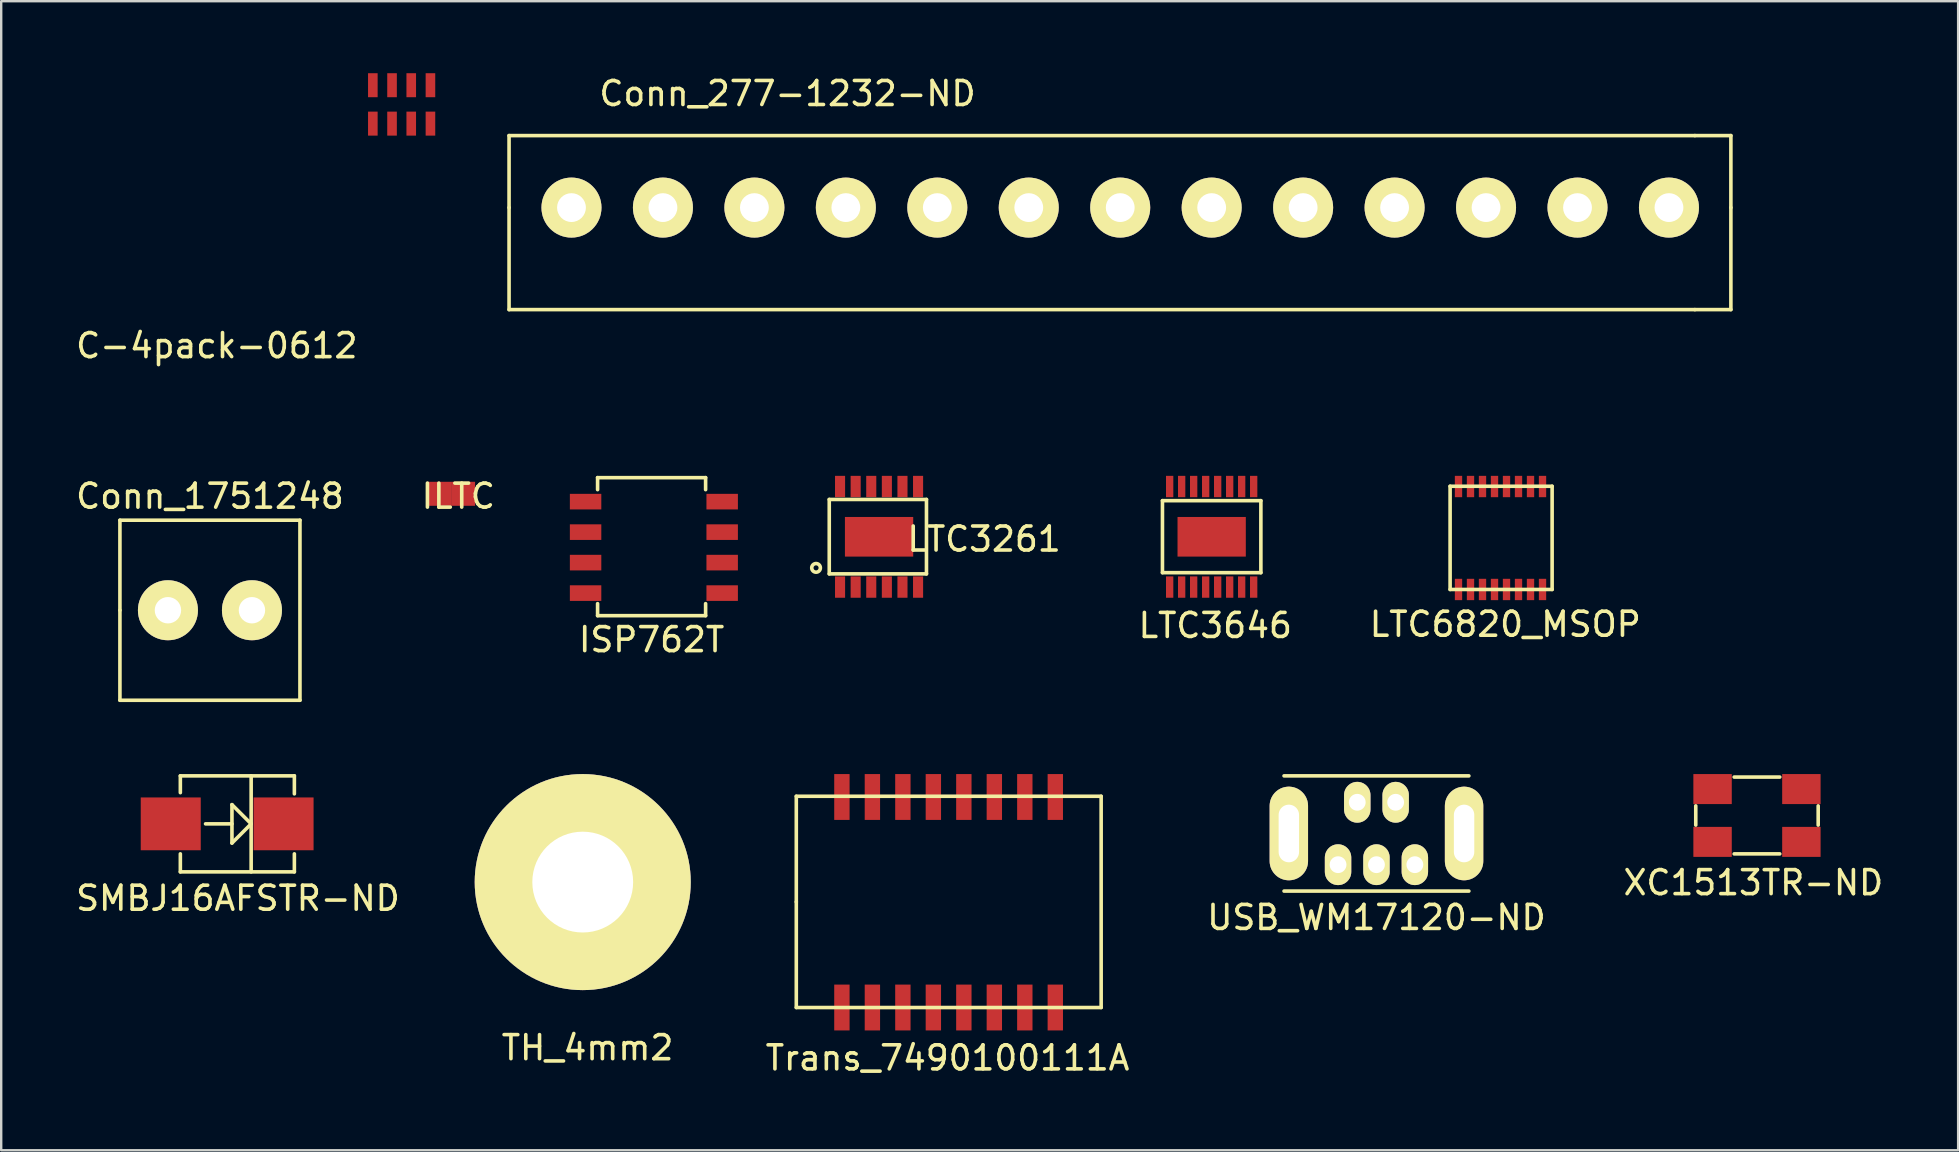
<source format=kicad_pcb>
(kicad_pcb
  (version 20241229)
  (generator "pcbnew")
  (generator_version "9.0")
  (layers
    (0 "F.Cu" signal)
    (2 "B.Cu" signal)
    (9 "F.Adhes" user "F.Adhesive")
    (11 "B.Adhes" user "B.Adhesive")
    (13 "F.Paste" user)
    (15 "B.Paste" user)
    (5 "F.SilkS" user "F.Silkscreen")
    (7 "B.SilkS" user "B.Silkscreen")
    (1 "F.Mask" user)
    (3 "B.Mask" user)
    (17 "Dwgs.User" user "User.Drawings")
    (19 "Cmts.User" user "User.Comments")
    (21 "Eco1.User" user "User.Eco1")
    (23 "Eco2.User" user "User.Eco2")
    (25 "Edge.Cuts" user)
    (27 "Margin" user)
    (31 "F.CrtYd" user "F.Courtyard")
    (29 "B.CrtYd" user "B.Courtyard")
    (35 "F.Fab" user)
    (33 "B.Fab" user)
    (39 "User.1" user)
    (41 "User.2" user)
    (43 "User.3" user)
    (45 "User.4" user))
  (footprint "Conn_1751248"
    (layer "F.Cu")
    (at 3.946 22.372)
    (property "Reference" "Conn_1751248" (at 1.75 -4.75 0) (layer "F.SilkS") (effects (font (size 1 1) (thickness 0.15))))
    (attr through_hole)
    (fp_line (start -2 0) (end -2 -3.75) (stroke (width 0.15) (type solid)) (layer "F.SilkS"))
    (fp_line (start -2 3.75) (end -2 0) (stroke (width 0.15) (type solid)) (layer "F.SilkS"))
    (fp_line (start -2 3.75) (end 5.5 3.75) (stroke (width 0.15) (type solid)) (layer "F.SilkS"))
    (fp_line (start 5.5 -3.75) (end -2 -3.75) (stroke (width 0.15) (type solid)) (layer "F.SilkS"))
    (fp_line (start 5.5 -3.75) (end 5.5 3.75) (stroke (width 0.15) (type solid)) (layer "F.SilkS"))
    (pad "1" thru_hole circle (at 0 0) (size 2.5 2.5) (drill 1.1) (layers "*.Cu" "*.Mask" "F.SilkS"))
    (pad "2" thru_hole circle (at 3.5 0) (size 2.5 2.5) (drill 1.1) (layers "*.Cu" "*.Mask" "F.SilkS")))
  (footprint "XC1513TR-ND"
    (layer "F.Cu")
    (at 68.294 32.022)
    (property "Reference" "XC1513TR-ND" (at 1.7 1.7 0) (layer "F.SilkS") (effects (font (size 1 1) (thickness 0.15))))
    (attr through_hole)
    (fp_line (start -0.7 -1.5) (end -0.7 -0.7) (stroke (width 0.15) (type solid)) (layer "F.SilkS"))
    (fp_line (start 0.9 -2.7) (end 2.8 -2.7) (stroke (width 0.15) (type solid)) (layer "F.SilkS"))
    (fp_line (start 0.9 0.5) (end 2.8 0.5) (stroke (width 0.15) (type solid)) (layer "F.SilkS"))
    (fp_line (start 4.4 -1.5) (end 4.4 -0.7) (stroke (width 0.15) (type solid)) (layer "F.SilkS"))
    (pad "1" smd rect (at 0 0) (size 1.6 1.25) (layers "F.Cu" "F.Mask" "F.Paste"))
    (pad "2" smd rect (at 3.7 0) (size 1.6 1.25) (layers "F.Cu" "F.Mask" "F.Paste"))
    (pad "3" smd rect (at 3.7 -2.2) (size 1.6 1.25) (layers "F.Cu" "F.Mask" "F.Paste"))
    (pad "4" smd rect (at 0 -2.2) (size 1.6 1.25) (layers "F.Cu" "F.Mask" "F.Paste")))
  (footprint "USB_WM17120-ND"
    (layer "F.Cu")
    (at 54.292 31.672)
    (property "Reference" "USB_WM17120-ND" (at 0 3.5 0) (layer "F.SilkS") (effects (font (size 1 1) (thickness 0.15))))
    (attr through_hole)
    (fp_line (start -3.85 2.4) (end 3.85 2.4) (stroke (width 0.15) (type solid)) (layer "F.SilkS"))
    (fp_line (start 3.85 -2.4) (end -3.85 -2.4) (stroke (width 0.15) (type solid)) (layer "F.SilkS"))
    (pad "1" thru_hole oval (at -1.6 1.3) (size 1.1 1.7) (drill 0.7) (layers "*.Cu" "*.Mask" "F.SilkS"))
    (pad "2" thru_hole oval (at -0.8 -1.3) (size 1.1 1.7) (drill 0.7) (layers "*.Cu" "*.Mask" "F.SilkS"))
    (pad "3" thru_hole oval (at 0 1.3) (size 1.1 1.7) (drill 0.7) (layers "*.Cu" "*.Mask" "F.SilkS"))
    (pad "4" thru_hole oval (at 0.8 -1.3) (size 1.1 1.7) (drill 0.7) (layers "*.Cu" "*.Mask" "F.SilkS"))
    (pad "5" thru_hole oval (at 1.6 1.3) (size 1.1 1.7) (drill 0.7) (layers "*.Cu" "*.Mask" "F.SilkS"))
    (pad "6" thru_hole oval (at -3.65 0) (size 1.6 3.9) (drill oval 0.85 2.4) (layers "*.Cu" "*.Mask" "F.SilkS"))
    (pad "6" thru_hole oval (at 3.65 0) (size 1.6 3.9) (drill oval 0.85 2.4) (layers "*.Cu" "*.Mask" "F.SilkS")))
  (footprint "Conn_277-1232-ND"
    (layer "F.Cu")
    (at 20.757 5.598)
    (property "Reference" "Conn_277-1232-ND" (at 9 -4.75 0) (layer "F.SilkS") (effects (font (size 1 1) (thickness 0.15))))
    (attr through_hole)
    (fp_line (start -2.6 -3) (end -2.6 0) (stroke (width 0.15) (type solid)) (layer "F.SilkS"))
    (fp_line (start -2.6 -3) (end 46.8 -3) (stroke (width 0.15) (type solid)) (layer "F.SilkS"))
    (fp_line (start -2.6 0) (end -2.6 4.25) (stroke (width 0.15) (type solid)) (layer "F.SilkS"))
    (fp_line (start -2.6 4.25) (end 46.8 4.25) (stroke (width 0.15) (type solid)) (layer "F.SilkS"))
    (fp_line (start 46.8 -3) (end 48.3 -3) (stroke (width 0.15) (type solid)) (layer "F.SilkS"))
    (fp_line (start 46.8 4.25) (end 48.3 4.25) (stroke (width 0.15) (type solid)) (layer "F.SilkS"))
    (fp_line (start 48.3 0) (end 48.3 -3) (stroke (width 0.15) (type solid)) (layer "F.SilkS"))
    (fp_line (start 48.3 4.25) (end 48.3 0) (stroke (width 0.15) (type solid)) (layer "F.SilkS"))
    (fp_line (start -2.6 8.1) (end -2.6 4.25) (stroke (width 0.15) (type solid)) (layer "Eco1.User"))
    (fp_line (start -2.6 8.1) (end 48.3 8.1) (stroke (width 0.15) (type solid)) (layer "Eco1.User"))
    (fp_line (start 48.3 4.25) (end 48.3 8.1) (stroke (width 0.15) (type solid)) (layer "Eco1.User"))
    (fp_text user "Mating Connector above. Components less than 9.2 mm OK." (at 24.85 6.8 0) (layer "Eco1.User") (effects (font (size 1 1) (thickness 0.15))))
    (pad "1" thru_hole circle (at 0 0) (size 2.5 2.5) (drill 1.2) (layers "*.Cu" "*.Mask" "F.SilkS"))
    (pad "2" thru_hole circle (at 3.81 0) (size 2.5 2.5) (drill 1.2) (layers "*.Cu" "*.Mask" "F.SilkS"))
    (pad "3" thru_hole circle (at 7.62 0) (size 2.5 2.5) (drill 1.2) (layers "*.Cu" "*.Mask" "F.SilkS"))
    (pad "4" thru_hole circle (at 11.43 0) (size 2.5 2.5) (drill 1.2) (layers "*.Cu" "*.Mask" "F.SilkS"))
    (pad "5" thru_hole circle (at 15.24 0) (size 2.5 2.5) (drill 1.2) (layers "*.Cu" "*.Mask" "F.SilkS"))
    (pad "6" thru_hole circle (at 19.05 0) (size 2.5 2.5) (drill 1.2) (layers "*.Cu" "*.Mask" "F.SilkS"))
    (pad "7" thru_hole circle (at 22.86 0) (size 2.5 2.5) (drill 1.2) (layers "*.Cu" "*.Mask" "F.SilkS"))
    (pad "8" thru_hole circle (at 26.67 0) (size 2.5 2.5) (drill 1.2) (layers "*.Cu" "*.Mask" "F.SilkS"))
    (pad "9" thru_hole circle (at 30.48 0) (size 2.5 2.5) (drill 1.2) (layers "*.Cu" "*.Mask" "F.SilkS"))
    (pad "10" thru_hole circle (at 34.29 0) (size 2.5 2.5) (drill 1.2) (layers "*.Cu" "*.Mask" "F.SilkS"))
    (pad "11" thru_hole circle (at 38.1 0) (size 2.5 2.5) (drill 1.2) (layers "*.Cu" "*.Mask" "F.SilkS"))
    (pad "12" thru_hole circle (at 41.91 0) (size 2.5 2.5) (drill 1.2) (layers "*.Cu" "*.Mask" "F.SilkS"))
    (pad "13" thru_hole circle (at 45.72 0) (size 2.5 2.5) (drill 1.2) (layers "*.Cu" "*.Mask" "F.SilkS")))
  (footprint "C-4pack-0612"
    (layer "F.Cu")
    (at 12.482 2.1)
    (property "Reference" "C-4pack-0612" (at -6.5 9.25 0) (layer "F.SilkS") (effects (font (size 1 1) (thickness 0.15))))
    (attr through_hole)
    (pad "1" smd rect (at 0 0) (size 0.4 1) (layers "F.Cu" "F.Mask" "F.Paste"))
    (pad "2" smd rect (at 0.8 0) (size 0.4 1) (layers "F.Cu" "F.Mask" "F.Paste"))
    (pad "3" smd rect (at 1.6 0) (size 0.4 1) (layers "F.Cu" "F.Mask" "F.Paste"))
    (pad "4" smd rect (at 2.4 0) (size 0.4 1) (layers "F.Cu" "F.Mask" "F.Paste"))
    (pad "5" smd rect (at 2.4 -1.6) (size 0.4 1) (layers "F.Cu" "F.Mask" "F.Paste"))
    (pad "6" smd rect (at 1.6 -1.6) (size 0.4 1) (layers "F.Cu" "F.Mask" "F.Paste"))
    (pad "7" smd rect (at 0.8 -1.6) (size 0.4 1) (layers "F.Cu" "F.Mask" "F.Paste"))
    (pad "8" smd rect (at 0 -1.6) (size 0.4 1) (layers "F.Cu" "F.Mask" "F.Paste")))
  (footprint "ISP762T"
    (layer "F.Cu")
    (at 21.345 17.848)
    (property "Reference" "ISP762T" (at 2.75 5.75 0) (layer "F.SilkS") (effects (font (size 1 1) (thickness 0.15))))
    (attr through_hole)
    (fp_line (start 0.5 -1) (end 0.5 -0.5) (stroke (width 0.15) (type solid)) (layer "F.SilkS"))
    (fp_line (start 0.5 -1) (end 5 -1) (stroke (width 0.15) (type solid)) (layer "F.SilkS"))
    (fp_line (start 0.5 4.25) (end 0.5 4.75) (stroke (width 0.15) (type solid)) (layer "F.SilkS"))
    (fp_line (start 0.5 4.75) (end 5 4.75) (stroke (width 0.15) (type solid)) (layer "F.SilkS"))
    (fp_line (start 5 -1) (end 5 -0.5) (stroke (width 0.15) (type solid)) (layer "F.SilkS"))
    (fp_line (start 5 4.75) (end 5 4.25) (stroke (width 0.15) (type solid)) (layer "F.SilkS"))
    (pad "1" smd rect (at 0 0) (size 1.31 0.65) (layers "F.Cu" "F.Mask" "F.Paste"))
    (pad "2" smd rect (at 0 1.27) (size 1.31 0.65) (layers "F.Cu" "F.Mask" "F.Paste"))
    (pad "3" smd rect (at 0 2.54) (size 1.31 0.65) (layers "F.Cu" "F.Mask" "F.Paste"))
    (pad "4" smd rect (at 0 3.81) (size 1.31 0.65) (layers "F.Cu" "F.Mask" "F.Paste"))
    (pad "5" smd rect (at 5.69 3.81) (size 1.31 0.65) (layers "F.Cu" "F.Mask" "F.Paste"))
    (pad "6" smd rect (at 5.69 2.54) (size 1.31 0.65) (layers "F.Cu" "F.Mask" "F.Paste"))
    (pad "7" smd rect (at 5.69 1.27) (size 1.31 0.65) (layers "F.Cu" "F.Mask" "F.Paste"))
    (pad "8" smd rect (at 5.69 0) (size 1.31 0.65) (layers "F.Cu" "F.Mask" "F.Paste")))
  (footprint "LTC3261"
    (layer "F.Cu")
    (at 31.946 21.407)
    (property "Reference" "LTC3261" (at 6 -2 0) (layer "F.SilkS") (effects (font (size 1 1) (thickness 0.15))))
    (attr through_hole)
    (fp_line (start -0.45 -3.65) (end 3.6 -3.65) (stroke (width 0.15) (type solid)) (layer "F.SilkS"))
    (fp_line (start -0.45 -0.55) (end -0.45 -3.65) (stroke (width 0.15) (type solid)) (layer "F.SilkS"))
    (fp_line (start 3.6 -3.65) (end 3.6 -0.55) (stroke (width 0.15) (type solid)) (layer "F.SilkS"))
    (fp_line (start 3.6 -0.55) (end -0.45 -0.55) (stroke (width 0.15) (type solid)) (layer "F.SilkS"))
    (fp_circle (center -1 -0.8) (end -0.85 -0.7) (stroke (width 0.15) (type solid)) (fill no) (layer "F.SilkS"))
    (pad "1" smd rect (at 0 0) (size 0.42 0.889) (layers "F.Cu" "F.Mask" "F.Paste"))
    (pad "2" smd rect (at 0.65 0) (size 0.42 0.889) (layers "F.Cu" "F.Mask" "F.Paste"))
    (pad "3" smd rect (at 1.3 0) (size 0.42 0.889) (layers "F.Cu" "F.Mask" "F.Paste"))
    (pad "4" smd rect (at 1.95 0) (size 0.42 0.889) (layers "F.Cu" "F.Mask" "F.Paste"))
    (pad "5" smd rect (at 2.6 0) (size 0.42 0.889) (layers "F.Cu" "F.Mask" "F.Paste"))
    (pad "6" smd rect (at 3.25 0) (size 0.42 0.889) (layers "F.Cu" "F.Mask" "F.Paste"))
    (pad "7" smd rect (at 3.25 -4.189) (size 0.42 0.889) (layers "F.Cu" "F.Mask" "F.Paste"))
    (pad "8" smd rect (at 2.6 -4.189) (size 0.42 0.889) (layers "F.Cu" "F.Mask" "F.Paste"))
    (pad "9" smd rect (at 1.95 -4.189) (size 0.42 0.889) (layers "F.Cu" "F.Mask" "F.Paste"))
    (pad "10" smd rect (at 1.3 -4.189) (size 0.42 0.889) (layers "F.Cu" "F.Mask" "F.Paste"))
    (pad "11" smd rect (at 0.65 -4.189) (size 0.42 0.889) (layers "F.Cu" "F.Mask" "F.Paste"))
    (pad "12" smd rect (at 0 -4.189) (size 0.42 0.889) (layers "F.Cu" "F.Mask" "F.Paste"))
    (pad "13" smd rect (at 1.625 -2.095) (size 2.845 1.651) (layers "F.Cu" "F.Mask" "F.Paste")))
  (footprint "Trans_7490100111A"
    (layer "F.Cu")
    (at 32.023 38.922)
    (property "Reference" "Trans_7490100111A" (at 4.4 2.1 0) (layer "F.SilkS") (effects (font (size 1 1) (thickness 0.15))))
    (attr through_hole)
    (fp_line (start -1.9 -8.8) (end 10.8 -8.8) (stroke (width 0.15) (type solid)) (layer "F.SilkS"))
    (fp_line (start -1.9 -4.4) (end -1.9 -8.8) (stroke (width 0.15) (type solid)) (layer "F.SilkS"))
    (fp_line (start -1.9 0) (end -1.9 -4.4) (stroke (width 0.15) (type solid)) (layer "F.SilkS"))
    (fp_line (start 10.8 -8.8) (end 10.8 0) (stroke (width 0.15) (type solid)) (layer "F.SilkS"))
    (fp_line (start 10.8 0) (end -1.9 0) (stroke (width 0.15) (type solid)) (layer "F.SilkS"))
    (pad "1" smd rect (at 0 0) (size 0.64 1.91) (layers "F.Cu" "F.Mask" "F.Paste"))
    (pad "2" smd rect (at 1.27 0) (size 0.64 1.91) (layers "F.Cu" "F.Mask" "F.Paste"))
    (pad "3" smd rect (at 2.54 0) (size 0.64 1.91) (layers "F.Cu" "F.Mask" "F.Paste"))
    (pad "4" smd rect (at 3.81 0) (size 0.64 1.91) (layers "F.Cu" "F.Mask" "F.Paste"))
    (pad "5" smd rect (at 5.08 0) (size 0.64 1.91) (layers "F.Cu" "F.Mask" "F.Paste"))
    (pad "6" smd rect (at 6.35 0) (size 0.64 1.91) (layers "F.Cu" "F.Mask" "F.Paste"))
    (pad "7" smd rect (at 7.62 0) (size 0.64 1.91) (layers "F.Cu" "F.Mask" "F.Paste"))
    (pad "8" smd rect (at 8.89 0) (size 0.64 1.91) (layers "F.Cu" "F.Mask" "F.Paste"))
    (pad "9" smd rect (at 8.89 -8.77) (size 0.64 1.91) (layers "F.Cu" "F.Mask" "F.Paste"))
    (pad "10" smd rect (at 7.62 -8.77) (size 0.64 1.91) (layers "F.Cu" "F.Mask" "F.Paste"))
    (pad "11" smd rect (at 6.35 -8.77) (size 0.64 1.91) (layers "F.Cu" "F.Mask" "F.Paste"))
    (pad "12" smd rect (at 5.08 -8.77) (size 0.64 1.91) (layers "F.Cu" "F.Mask" "F.Paste"))
    (pad "13" smd rect (at 3.81 -8.77) (size 0.64 1.91) (layers "F.Cu" "F.Mask" "F.Paste"))
    (pad "14" smd rect (at 2.54 -8.77) (size 0.64 1.91) (layers "F.Cu" "F.Mask" "F.Paste"))
    (pad "15" smd rect (at 1.27 -8.77) (size 0.64 1.91) (layers "F.Cu" "F.Mask" "F.Paste"))
    (pad "16" smd rect (at 0 -8.77) (size 0.64 1.91) (layers "F.Cu" "F.Mask" "F.Paste")))
  (footprint "TH_4mm2"
    (layer "F.Cu")
    (at 21.226 33.697)
    (property "Reference" "TH_4mm2" (at 0.2 6.9 0) (layer "F.SilkS") (effects (font (size 1 1) (thickness 0.15))))
    (attr through_hole)
    (pad "1" thru_hole circle (at 0 0) (size 9 9) (drill 4.2) (layers "*.Cu" "*.Mask" "F.SilkS")))
  (footprint "ILTC"
    (layer "F.Cu")
    (at 15.742 17.521)
    (property "Reference" "ILTC" (at 0.3 0.1 0) (layer "F.SilkS") (effects (font (size 1 1) (thickness 0.15))))
    (attr through_hole)
    (pad "1" smd rect (at -0.5 0) (size 1 1) (layers "F.Cu" "F.Mask" "F.Paste"))
    (pad "2" smd rect (at 0.5 0) (size 1 1) (layers "F.Cu" "F.Mask" "F.Paste")))
  (footprint "LTC3646"
    (layer "F.Cu")
    (at 45.677 21.407)
    (property "Reference" "LTC3646" (at 1.9 1.6 0) (layer "F.SilkS") (effects (font (size 1 1) (thickness 0.15))))
    (attr through_hole)
    (fp_line (start -0.3 -3.6) (end -0.3 -0.6) (stroke (width 0.15) (type solid)) (layer "F.SilkS"))
    (fp_line (start -0.3 -0.6) (end 3.8 -0.6) (stroke (width 0.15) (type solid)) (layer "F.SilkS"))
    (fp_line (start 3.8 -3.6) (end -0.3 -3.6) (stroke (width 0.15) (type solid)) (layer "F.SilkS"))
    (fp_line (start 3.8 -0.6) (end 3.8 -3.6) (stroke (width 0.15) (type solid)) (layer "F.SilkS"))
    (pad "1" smd rect (at 0 0) (size 0.305 0.889) (layers "F.Cu" "F.Mask" "F.Paste"))
    (pad "2" smd rect (at 0.5 0) (size 0.305 0.889) (layers "F.Cu" "F.Mask" "F.Paste"))
    (pad "3" smd rect (at 1 0) (size 0.305 0.889) (layers "F.Cu" "F.Mask" "F.Paste"))
    (pad "4" smd rect (at 1.5 0) (size 0.305 0.889) (layers "F.Cu" "F.Mask" "F.Paste"))
    (pad "5" smd rect (at 2 0) (size 0.305 0.889) (layers "F.Cu" "F.Mask" "F.Paste"))
    (pad "6" smd rect (at 2.5 0) (size 0.305 0.889) (layers "F.Cu" "F.Mask" "F.Paste"))
    (pad "7" smd rect (at 3 0) (size 0.305 0.889) (layers "F.Cu" "F.Mask" "F.Paste"))
    (pad "8" smd rect (at 3.5 0) (size 0.305 0.889) (layers "F.Cu" "F.Mask" "F.Paste"))
    (pad "9" smd rect (at 3.5 -4.189) (size 0.305 0.889) (layers "F.Cu" "F.Mask" "F.Paste"))
    (pad "10" smd rect (at 3 -4.189) (size 0.305 0.889) (layers "F.Cu" "F.Mask" "F.Paste"))
    (pad "11" smd rect (at 2.5 -4.189) (size 0.305 0.889) (layers "F.Cu" "F.Mask" "F.Paste"))
    (pad "12" smd rect (at 2 -4.189) (size 0.305 0.889) (layers "F.Cu" "F.Mask" "F.Paste"))
    (pad "13" smd rect (at 1.5 -4.189) (size 0.305 0.889) (layers "F.Cu" "F.Mask" "F.Paste"))
    (pad "14" smd rect (at 1 -4.189) (size 0.305 0.889) (layers "F.Cu" "F.Mask" "F.Paste"))
    (pad "15" smd rect (at 0.5 -4.189) (size 0.305 0.889) (layers "F.Cu" "F.Mask" "F.Paste"))
    (pad "16" smd rect (at 0 -4.189) (size 0.305 0.889) (layers "F.Cu" "F.Mask" "F.Paste"))
    (pad "17" smd rect (at 1.75 -2.095) (size 2.845 1.651) (layers "F.Cu" "F.Mask" "F.Paste")))
  (footprint "SMBJ16AFSTR-ND"
    (layer "F.Cu")
    (at 4.063 31.271)
    (property "Reference" "SMBJ16AFSTR-ND" (at 2.8 3.1 0) (layer "F.SilkS") (effects (font (size 1 1) (thickness 0.15))))
    (attr through_hole)
    (fp_line (start 0.4 -2) (end 0.4 -1.3) (stroke (width 0.15) (type solid)) (layer "F.SilkS"))
    (fp_line (start 0.4 -2) (end 5.15 -2) (stroke (width 0.15) (type solid)) (layer "F.SilkS"))
    (fp_line (start 0.4 2) (end 0.4 1.25) (stroke (width 0.15) (type solid)) (layer "F.SilkS"))
    (fp_line (start 0.4 2) (end 5.15 2) (stroke (width 0.15) (type solid)) (layer "F.SilkS"))
    (fp_line (start 2.55 -0.8) (end 2.55 0.8) (stroke (width 0.15) (type solid)) (layer "F.SilkS"))
    (fp_line (start 2.55 0) (end 1.45 0) (stroke (width 0.15) (type solid)) (layer "F.SilkS"))
    (fp_line (start 2.55 0.8) (end 3.35 0) (stroke (width 0.15) (type solid)) (layer "F.SilkS"))
    (fp_line (start 3.35 -2) (end 3.35 2) (stroke (width 0.15) (type solid)) (layer "F.SilkS"))
    (fp_line (start 3.35 0) (end 2.55 -0.8) (stroke (width 0.15) (type solid)) (layer "F.SilkS"))
    (fp_line (start 5.15 -2) (end 5.15 -1.25) (stroke (width 0.15) (type solid)) (layer "F.SilkS"))
    (fp_line (start 5.15 2) (end 5.15 1.25) (stroke (width 0.15) (type solid)) (layer "F.SilkS"))
    (pad "1" smd rect (at 4.7 0) (size 2.5 2.2) (layers "F.Cu" "F.Mask" "F.Paste"))
    (pad "2" smd rect (at 0 0) (size 2.5 2.2) (layers "F.Cu" "F.Mask" "F.Paste")))
  (footprint "LTC6820_MSOP"
    (layer "F.Cu")
    (at 57.71 21.507)
    (property "Reference" "LTC6820_MSOP" (at 1.95 1.45 0) (layer "F.SilkS") (effects (font (size 1 1) (thickness 0.15))))
    (attr through_hole)
    (fp_line (start -0.35 -4.3) (end 3.9 -4.3) (stroke (width 0.15) (type solid)) (layer "F.SilkS"))
    (fp_line (start -0.35 0) (end -0.35 -4.3) (stroke (width 0.15) (type solid)) (layer "F.SilkS"))
    (fp_line (start 3.9 -4.3) (end 3.9 0) (stroke (width 0.15) (type solid)) (layer "F.SilkS"))
    (fp_line (start 3.9 0) (end -0.35 0) (stroke (width 0.15) (type solid)) (layer "F.SilkS"))
    (pad "1" smd rect (at 0 0) (size 0.305 0.889) (layers "F.Cu" "F.Mask" "F.Paste"))
    (pad "2" smd rect (at 0.5 0) (size 0.305 0.889) (layers "F.Cu" "F.Mask" "F.Paste"))
    (pad "3" smd rect (at 1 0) (size 0.305 0.889) (layers "F.Cu" "F.Mask" "F.Paste"))
    (pad "4" smd rect (at 1.5 0) (size 0.305 0.889) (layers "F.Cu" "F.Mask" "F.Paste"))
    (pad "5" smd rect (at 2 0) (size 0.305 0.889) (layers "F.Cu" "F.Mask" "F.Paste"))
    (pad "6" smd rect (at 2.5 0) (size 0.305 0.889) (layers "F.Cu" "F.Mask" "F.Paste"))
    (pad "7" smd rect (at 3 0) (size 0.305 0.889) (layers "F.Cu" "F.Mask" "F.Paste"))
    (pad "8" smd rect (at 3.5 0) (size 0.305 0.889) (layers "F.Cu" "F.Mask" "F.Paste"))
    (pad "9" smd rect (at 3.5 -4.289) (size 0.305 0.889) (layers "F.Cu" "F.Mask" "F.Paste"))
    (pad "10" smd rect (at 3 -4.289) (size 0.305 0.889) (layers "F.Cu" "F.Mask" "F.Paste"))
    (pad "11" smd rect (at 2.5 -4.289) (size 0.305 0.889) (layers "F.Cu" "F.Mask" "F.Paste"))
    (pad "12" smd rect (at 2 -4.289) (size 0.305 0.889) (layers "F.Cu" "F.Mask" "F.Paste"))
    (pad "13" smd rect (at 1.5 -4.289) (size 0.305 0.889) (layers "F.Cu" "F.Mask" "F.Paste"))
    (pad "14" smd rect (at 1 -4.289) (size 0.305 0.889) (layers "F.Cu" "F.Mask" "F.Paste"))
    (pad "15" smd rect (at 0.5 -4.289) (size 0.305 0.889) (layers "F.Cu" "F.Mask" "F.Paste"))
    (pad "16" smd rect (at 0 -4.289) (size 0.305 0.889) (layers "F.Cu" "F.Mask" "F.Paste")))
  (gr_rect
    (start -3 -3)
    (end 78.524 44.87)
    (stroke (width 0.1) (type default))
    (fill no)
    (layer "Edge.Cuts")))
</source>
